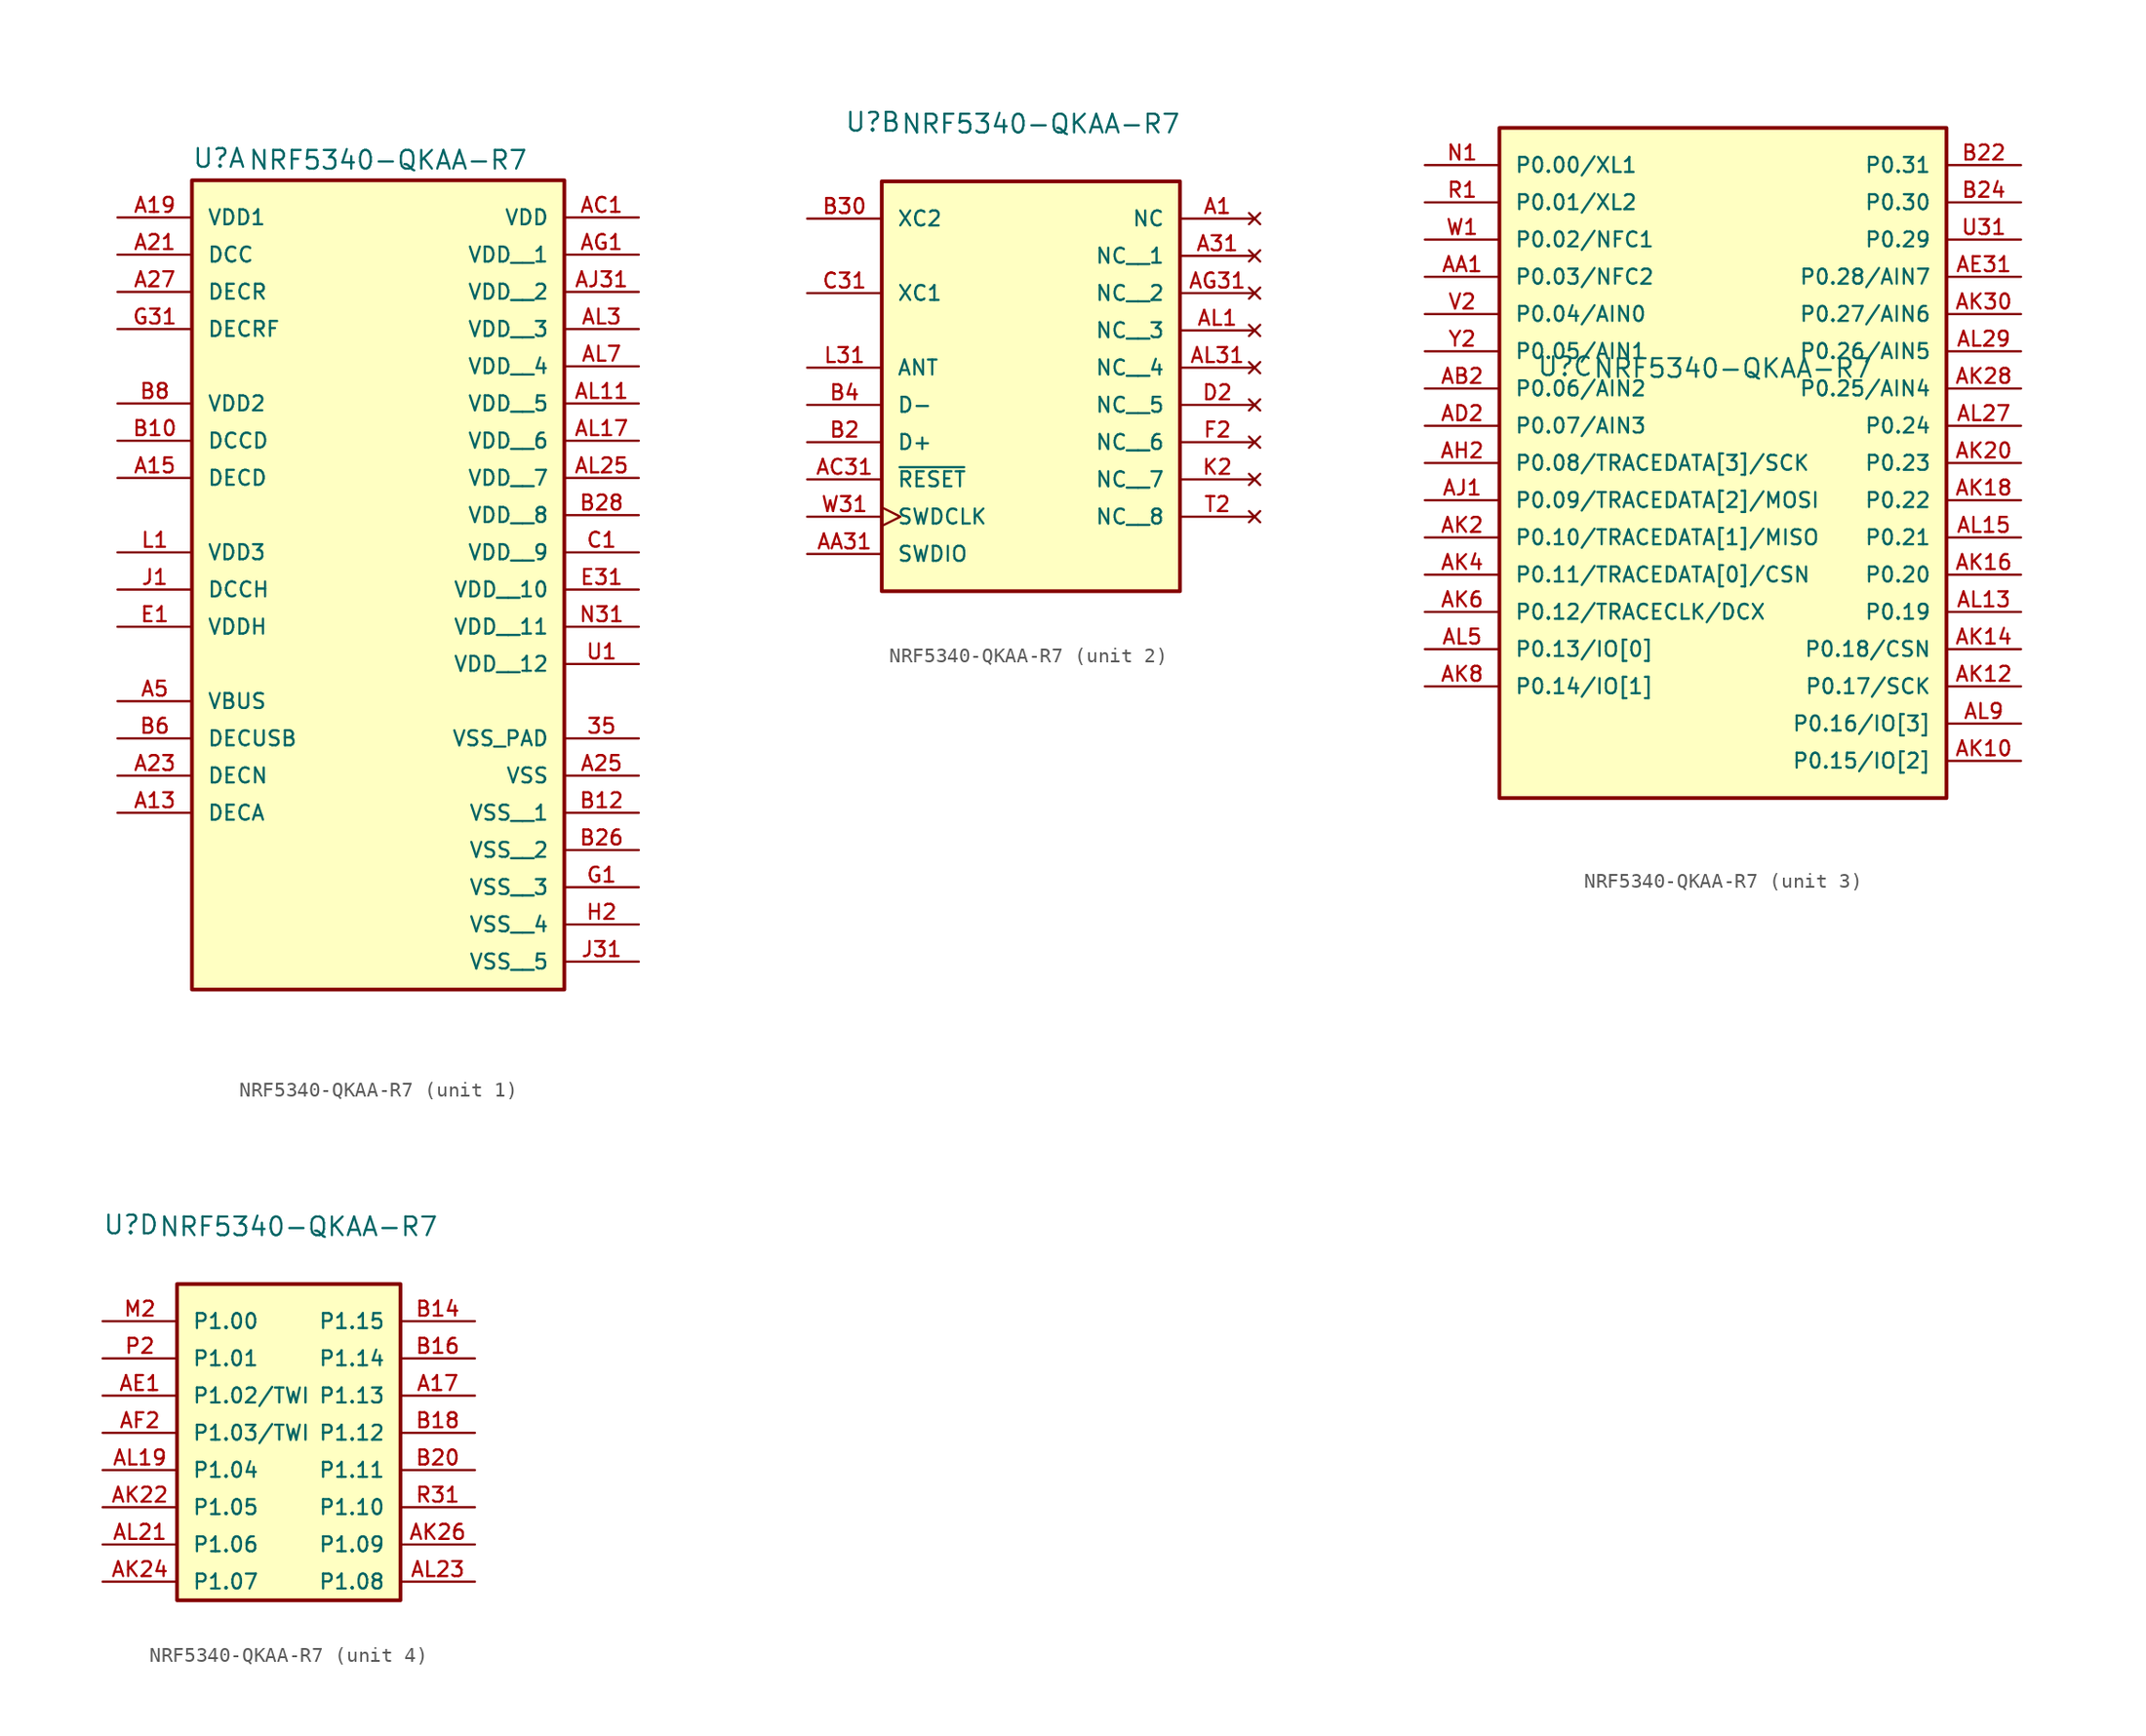
<source format=kicad_sym>
(kicad_symbol_lib
  (version 20241209)
  (generator "kicad_symbol_editor")
  (generator_version "9.0")
  (symbol "NRF5340-QKAA-R7"
    (pin_names
      (offset 1.016))
    (property "Reference" "U"
      (at -12.7 23.622 0)
      (effects (font (size 1.27 1.27)) (justify left bottom)))
    (property "Value" "NRF5340-QKAA-R7"
      (at -8.89 23.495 0)
      (effects (font (size 1.27 1.27)) (justify left bottom)))
    (symbol "NRF5340-QKAA-R7_1_0"
      (rectangle (start -12.7 22.86) (end 12.7 -32.385) (stroke (width 0.254) (type default)) (fill (type background)))
      (pin power_in line (at -17.78 20.32 0) (length 5.08) (name "VDD1" (effects (font (size 1.016 1.016)))) (number "A19" (effects (font (size 1.016 1.016)))))
      (pin power_in line (at -17.78 17.78 0) (length 5.08) (name "DCC" (effects (font (size 1.016 1.016)))) (number "A21" (effects (font (size 1.016 1.016)))))
      (pin power_in line (at -17.78 15.24 0) (length 5.08) (name "DECR" (effects (font (size 1.016 1.016)))) (number "A27" (effects (font (size 1.016 1.016)))))
      (pin power_in line (at -17.78 12.7 0) (length 5.08) (name "DECRF" (effects (font (size 1.016 1.016)))) (number "G31" (effects (font (size 1.016 1.016)))))
      (pin power_in line (at -17.78 7.62 0) (length 5.08) (name "VDD2" (effects (font (size 1.016 1.016)))) (number "B8" (effects (font (size 1.016 1.016)))))
      (pin power_in line (at -17.78 5.08 0) (length 5.08) (name "DCCD" (effects (font (size 1.016 1.016)))) (number "B10" (effects (font (size 1.016 1.016)))))
      (pin power_in line (at -17.78 2.54 0) (length 5.08) (name "DECD" (effects (font (size 1.016 1.016)))) (number "A15" (effects (font (size 1.016 1.016)))))
      (pin power_in line (at -17.78 -2.54 0) (length 5.08) (name "VDD3" (effects (font (size 1.016 1.016)))) (number "L1" (effects (font (size 1.016 1.016)))))
      (pin power_in line (at -17.78 -5.08 0) (length 5.08) (name "DCCH" (effects (font (size 1.016 1.016)))) (number "J1" (effects (font (size 1.016 1.016)))))
      (pin power_in line (at -17.78 -7.62 0) (length 5.08) (name "VDDH" (effects (font (size 1.016 1.016)))) (number "E1" (effects (font (size 1.016 1.016)))))
      (pin power_in line (at -17.78 -12.7 0) (length 5.08) (name "VBUS" (effects (font (size 1.016 1.016)))) (number "A5" (effects (font (size 1.016 1.016)))))
      (pin power_in line (at -17.78 -15.24 0) (length 5.08) (name "DECUSB" (effects (font (size 1.016 1.016)))) (number "B6" (effects (font (size 1.016 1.016)))))
      (pin power_in line (at -17.78 -17.78 0) (length 5.08) (name "DECN" (effects (font (size 1.016 1.016)))) (number "A23" (effects (font (size 1.016 1.016)))))
      (pin power_in line (at -17.78 -20.32 0) (length 5.08) (name "DECA" (effects (font (size 1.016 1.016)))) (number "A13" (effects (font (size 1.016 1.016)))))
      (pin power_in line (at 17.78 20.32 180) (length 5.08) (name "VDD" (effects (font (size 1.016 1.016)))) (number "AC1" (effects (font (size 1.016 1.016)))))
      (pin power_in line (at 17.78 17.78 180) (length 5.08) (name "VDD__1" (effects (font (size 1.016 1.016)))) (number "AG1" (effects (font (size 1.016 1.016)))))
      (pin power_in line (at 17.78 15.24 180) (length 5.08) (name "VDD__2" (effects (font (size 1.016 1.016)))) (number "AJ31" (effects (font (size 1.016 1.016)))))
      (pin power_in line (at 17.78 12.7 180) (length 5.08) (name "VDD__3" (effects (font (size 1.016 1.016)))) (number "AL3" (effects (font (size 1.016 1.016)))))
      (pin power_in line (at 17.78 10.16 180) (length 5.08) (name "VDD__4" (effects (font (size 1.016 1.016)))) (number "AL7" (effects (font (size 1.016 1.016)))))
      (pin power_in line (at 17.78 7.62 180) (length 5.08) (name "VDD__5" (effects (font (size 1.016 1.016)))) (number "AL11" (effects (font (size 1.016 1.016)))))
      (pin power_in line (at 17.78 5.08 180) (length 5.08) (name "VDD__6" (effects (font (size 1.016 1.016)))) (number "AL17" (effects (font (size 1.016 1.016)))))
      (pin power_in line (at 17.78 2.54 180) (length 5.08) (name "VDD__7" (effects (font (size 1.016 1.016)))) (number "AL25" (effects (font (size 1.016 1.016)))))
      (pin power_in line (at 17.78 0 180) (length 5.08) (name "VDD__8" (effects (font (size 1.016 1.016)))) (number "B28" (effects (font (size 1.016 1.016)))))
      (pin power_in line (at 17.78 -2.54 180) (length 5.08) (name "VDD__9" (effects (font (size 1.016 1.016)))) (number "C1" (effects (font (size 1.016 1.016)))))
      (pin power_in line (at 17.78 -5.08 180) (length 5.08) (name "VDD__10" (effects (font (size 1.016 1.016)))) (number "E31" (effects (font (size 1.016 1.016)))))
      (pin power_in line (at 17.78 -7.62 180) (length 5.08) (name "VDD__11" (effects (font (size 1.016 1.016)))) (number "N31" (effects (font (size 1.016 1.016)))))
      (pin power_in line (at 17.78 -10.16 180) (length 5.08) (name "VDD__12" (effects (font (size 1.016 1.016)))) (number "U1" (effects (font (size 1.016 1.016)))))
      (pin power_in line (at 17.78 -15.24 180) (length 5.08) (name "VSS_PAD" (effects (font (size 1.016 1.016)))) (number "35" (effects (font (size 1.016 1.016)))))
      (pin power_in line (at 17.78 -17.78 180) (length 5.08) (name "VSS" (effects (font (size 1.016 1.016)))) (number "A25" (effects (font (size 1.016 1.016)))))
      (pin power_in line (at 17.78 -20.32 180) (length 5.08) (name "VSS__1" (effects (font (size 1.016 1.016)))) (number "B12" (effects (font (size 1.016 1.016)))))
      (pin power_in line (at 17.78 -22.86 180) (length 5.08) (name "VSS__2" (effects (font (size 1.016 1.016)))) (number "B26" (effects (font (size 1.016 1.016)))))
      (pin power_in line (at 17.78 -25.4 180) (length 5.08) (name "VSS__3" (effects (font (size 1.016 1.016)))) (number "G1" (effects (font (size 1.016 1.016)))))
      (pin power_in line (at 17.78 -27.94 180) (length 5.08) (name "VSS__4" (effects (font (size 1.016 1.016)))) (number "H2" (effects (font (size 1.016 1.016)))))
      (pin power_in line (at 17.78 -30.48 180) (length 5.08) (name "VSS__5" (effects (font (size 1.016 1.016)))) (number "J31" (effects (font (size 1.016 1.016))))))
    (symbol "NRF5340-QKAA-R7_2_0"
      (rectangle (start -10.16 20.32) (end 10.16 -7.62) (stroke (width 0.254) (type default)) (fill (type background)))
      (pin output line (at -15.24 17.78 0) (length 5.08) (name "XC2" (effects (font (size 1.016 1.016)))) (number "B30" (effects (font (size 1.016 1.016)))))
      (pin input line (at -15.24 12.7 0) (length 5.08) (name "XC1" (effects (font (size 1.016 1.016)))) (number "C31" (effects (font (size 1.016 1.016)))))
      (pin bidirectional line (at -15.24 7.62 0) (length 5.08) (name "ANT" (effects (font (size 1.016 1.016)))) (number "L31" (effects (font (size 1.016 1.016)))))
      (pin bidirectional line (at -15.24 5.08 0) (length 5.08) (name "D-" (effects (font (size 1.016 1.016)))) (number "B4" (effects (font (size 1.016 1.016)))))
      (pin bidirectional line (at -15.24 2.54 0) (length 5.08) (name "D+" (effects (font (size 1.016 1.016)))) (number "B2" (effects (font (size 1.016 1.016)))))
      (pin input line (at -15.24 0 0) (length 5.08) (name "~{RESET}" (effects (font (size 1.016 1.016)))) (number "AC31" (effects (font (size 1.016 1.016)))))
      (pin input clock (at -15.24 -2.54 0) (length 5.08) (name "SWDCLK" (effects (font (size 1.016 1.016)))) (number "W31" (effects (font (size 1.016 1.016)))))
      (pin bidirectional line (at -15.24 -5.08 0) (length 5.08) (name "SWDIO" (effects (font (size 1.016 1.016)))) (number "AA31" (effects (font (size 1.016 1.016)))))
      (pin no_connect line (at 15.24 17.78 180) (length 5.08) (name "NC" (effects (font (size 1.016 1.016)))) (number "A1" (effects (font (size 1.016 1.016)))))
      (pin no_connect line (at 15.24 15.24 180) (length 5.08) (name "NC__1" (effects (font (size 1.016 1.016)))) (number "A31" (effects (font (size 1.016 1.016)))))
      (pin no_connect line (at 15.24 12.7 180) (length 5.08) (name "NC__2" (effects (font (size 1.016 1.016)))) (number "AG31" (effects (font (size 1.016 1.016)))))
      (pin no_connect line (at 15.24 10.16 180) (length 5.08) (name "NC__3" (effects (font (size 1.016 1.016)))) (number "AL1" (effects (font (size 1.016 1.016)))))
      (pin no_connect line (at 15.24 7.62 180) (length 5.08) (name "NC__4" (effects (font (size 1.016 1.016)))) (number "AL31" (effects (font (size 1.016 1.016)))))
      (pin no_connect line (at 15.24 5.08 180) (length 5.08) (name "NC__5" (effects (font (size 1.016 1.016)))) (number "D2" (effects (font (size 1.016 1.016)))))
      (pin no_connect line (at 15.24 2.54 180) (length 5.08) (name "NC__6" (effects (font (size 1.016 1.016)))) (number "F2" (effects (font (size 1.016 1.016)))))
      (pin no_connect line (at 15.24 0 180) (length 5.08) (name "NC__7" (effects (font (size 1.016 1.016)))) (number "K2" (effects (font (size 1.016 1.016)))))
      (pin no_connect line (at 15.24 -2.54 180) (length 5.08) (name "NC__8" (effects (font (size 1.016 1.016)))) (number "T2" (effects (font (size 1.016 1.016))))))
    (symbol "NRF5340-QKAA-R7_3_0"
      (rectangle (start -15.24 40.64) (end 15.24 -5.08) (stroke (width 0.254) (type default)) (fill (type background)))
      (pin bidirectional line (at -20.32 38.1 0) (length 5.08) (name "P0.00/XL1" (effects (font (size 1.016 1.016)))) (number "N1" (effects (font (size 1.016 1.016)))))
      (pin bidirectional line (at -20.32 35.56 0) (length 5.08) (name "P0.01/XL2" (effects (font (size 1.016 1.016)))) (number "R1" (effects (font (size 1.016 1.016)))))
      (pin bidirectional line (at -20.32 33.02 0) (length 5.08) (name "P0.02/NFC1" (effects (font (size 1.016 1.016)))) (number "W1" (effects (font (size 1.016 1.016)))))
      (pin bidirectional line (at -20.32 30.48 0) (length 5.08) (name "P0.03/NFC2" (effects (font (size 1.016 1.016)))) (number "AA1" (effects (font (size 1.016 1.016)))))
      (pin bidirectional line (at -20.32 27.94 0) (length 5.08) (name "P0.04/AIN0" (effects (font (size 1.016 1.016)))) (number "V2" (effects (font (size 1.016 1.016)))))
      (pin bidirectional line (at -20.32 25.4 0) (length 5.08) (name "P0.05/AIN1" (effects (font (size 1.016 1.016)))) (number "Y2" (effects (font (size 1.016 1.016)))))
      (pin bidirectional line (at -20.32 22.86 0) (length 5.08) (name "P0.06/AIN2" (effects (font (size 1.016 1.016)))) (number "AB2" (effects (font (size 1.016 1.016)))))
      (pin bidirectional line (at -20.32 20.32 0) (length 5.08) (name "P0.07/AIN3" (effects (font (size 1.016 1.016)))) (number "AD2" (effects (font (size 1.016 1.016)))))
      (pin bidirectional line (at -20.32 17.78 0) (length 5.08) (name "P0.08/TRACEDATA[3]/SCK" (effects (font (size 1.016 1.016)))) (number "AH2" (effects (font (size 1.016 1.016)))))
      (pin bidirectional line (at -20.32 15.24 0) (length 5.08) (name "P0.09/TRACEDATA[2]/MOSI" (effects (font (size 1.016 1.016)))) (number "AJ1" (effects (font (size 1.016 1.016)))))
      (pin bidirectional line (at -20.32 12.7 0) (length 5.08) (name "P0.10/TRACEDATA[1]/MISO" (effects (font (size 1.016 1.016)))) (number "AK2" (effects (font (size 1.016 1.016)))))
      (pin bidirectional line (at -20.32 10.16 0) (length 5.08) (name "P0.11/TRACEDATA[0]/CSN" (effects (font (size 1.016 1.016)))) (number "AK4" (effects (font (size 1.016 1.016)))))
      (pin bidirectional line (at -20.32 7.62 0) (length 5.08) (name "P0.12/TRACECLK/DCX" (effects (font (size 1.016 1.016)))) (number "AK6" (effects (font (size 1.016 1.016)))))
      (pin bidirectional line (at -20.32 5.08 0) (length 5.08) (name "P0.13/IO[0]" (effects (font (size 1.016 1.016)))) (number "AL5" (effects (font (size 1.016 1.016)))))
      (pin bidirectional line (at -20.32 2.54 0) (length 5.08) (name "P0.14/IO[1]" (effects (font (size 1.016 1.016)))) (number "AK8" (effects (font (size 1.016 1.016)))))
      (pin bidirectional line (at 20.32 38.1 180) (length 5.08) (name "P0.31" (effects (font (size 1.016 1.016)))) (number "B22" (effects (font (size 1.016 1.016)))))
      (pin bidirectional line (at 20.32 35.56 180) (length 5.08) (name "P0.30" (effects (font (size 1.016 1.016)))) (number "B24" (effects (font (size 1.016 1.016)))))
      (pin bidirectional line (at 20.32 33.02 180) (length 5.08) (name "P0.29" (effects (font (size 1.016 1.016)))) (number "U31" (effects (font (size 1.016 1.016)))))
      (pin bidirectional line (at 20.32 30.48 180) (length 5.08) (name "P0.28/AIN7" (effects (font (size 1.016 1.016)))) (number "AE31" (effects (font (size 1.016 1.016)))))
      (pin bidirectional line (at 20.32 27.94 180) (length 5.08) (name "P0.27/AIN6" (effects (font (size 1.016 1.016)))) (number "AK30" (effects (font (size 1.016 1.016)))))
      (pin bidirectional line (at 20.32 25.4 180) (length 5.08) (name "P0.26/AIN5" (effects (font (size 1.016 1.016)))) (number "AL29" (effects (font (size 1.016 1.016)))))
      (pin bidirectional line (at 20.32 22.86 180) (length 5.08) (name "P0.25/AIN4" (effects (font (size 1.016 1.016)))) (number "AK28" (effects (font (size 1.016 1.016)))))
      (pin bidirectional line (at 20.32 20.32 180) (length 5.08) (name "P0.24" (effects (font (size 1.016 1.016)))) (number "AL27" (effects (font (size 1.016 1.016)))))
      (pin bidirectional line (at 20.32 17.78 180) (length 5.08) (name "P0.23" (effects (font (size 1.016 1.016)))) (number "AK20" (effects (font (size 1.016 1.016)))))
      (pin bidirectional line (at 20.32 15.24 180) (length 5.08) (name "P0.22" (effects (font (size 1.016 1.016)))) (number "AK18" (effects (font (size 1.016 1.016)))))
      (pin bidirectional line (at 20.32 12.7 180) (length 5.08) (name "P0.21" (effects (font (size 1.016 1.016)))) (number "AL15" (effects (font (size 1.016 1.016)))))
      (pin bidirectional line (at 20.32 10.16 180) (length 5.08) (name "P0.20" (effects (font (size 1.016 1.016)))) (number "AK16" (effects (font (size 1.016 1.016)))))
      (pin bidirectional line (at 20.32 7.62 180) (length 5.08) (name "P0.19" (effects (font (size 1.016 1.016)))) (number "AL13" (effects (font (size 1.016 1.016)))))
      (pin bidirectional line (at 20.32 5.08 180) (length 5.08) (name "P0.18/CSN" (effects (font (size 1.016 1.016)))) (number "AK14" (effects (font (size 1.016 1.016)))))
      (pin bidirectional line (at 20.32 2.54 180) (length 5.08) (name "P0.17/SCK" (effects (font (size 1.016 1.016)))) (number "AK12" (effects (font (size 1.016 1.016)))))
      (pin bidirectional line (at 20.32 0 180) (length 5.08) (name "P0.16/IO[3]" (effects (font (size 1.016 1.016)))) (number "AL9" (effects (font (size 1.016 1.016)))))
      (pin bidirectional line (at 20.32 -2.54 180) (length 5.08) (name "P0.15/IO[2]" (effects (font (size 1.016 1.016)))) (number "AK10" (effects (font (size 1.016 1.016))))))
    (symbol "NRF5340-QKAA-R7_4_0"
      (rectangle (start -7.62 20.32) (end 7.62 -1.27) (stroke (width 0.254) (type default)) (fill (type background)))
      (pin bidirectional line (at -12.7 17.78 0) (length 5.08) (name "P1.00" (effects (font (size 1.016 1.016)))) (number "M2" (effects (font (size 1.016 1.016)))))
      (pin bidirectional line (at -12.7 15.24 0) (length 5.08) (name "P1.01" (effects (font (size 1.016 1.016)))) (number "P2" (effects (font (size 1.016 1.016)))))
      (pin bidirectional line (at -12.7 12.7 0) (length 5.08) (name "P1.02/TWI" (effects (font (size 1.016 1.016)))) (number "AE1" (effects (font (size 1.016 1.016)))))
      (pin bidirectional line (at -12.7 10.16 0) (length 5.08) (name "P1.03/TWI" (effects (font (size 1.016 1.016)))) (number "AF2" (effects (font (size 1.016 1.016)))))
      (pin bidirectional line (at -12.7 7.62 0) (length 5.08) (name "P1.04" (effects (font (size 1.016 1.016)))) (number "AL19" (effects (font (size 1.016 1.016)))))
      (pin bidirectional line (at -12.7 5.08 0) (length 5.08) (name "P1.05" (effects (font (size 1.016 1.016)))) (number "AK22" (effects (font (size 1.016 1.016)))))
      (pin bidirectional line (at -12.7 2.54 0) (length 5.08) (name "P1.06" (effects (font (size 1.016 1.016)))) (number "AL21" (effects (font (size 1.016 1.016)))))
      (pin bidirectional line (at -12.7 0 0) (length 5.08) (name "P1.07" (effects (font (size 1.016 1.016)))) (number "AK24" (effects (font (size 1.016 1.016)))))
      (pin bidirectional line (at 12.7 17.78 180) (length 5.08) (name "P1.15" (effects (font (size 1.016 1.016)))) (number "B14" (effects (font (size 1.016 1.016)))))
      (pin bidirectional line (at 12.7 15.24 180) (length 5.08) (name "P1.14" (effects (font (size 1.016 1.016)))) (number "B16" (effects (font (size 1.016 1.016)))))
      (pin bidirectional line (at 12.7 12.7 180) (length 5.08) (name "P1.13" (effects (font (size 1.016 1.016)))) (number "A17" (effects (font (size 1.016 1.016)))))
      (pin bidirectional line (at 12.7 10.16 180) (length 5.08) (name "P1.12" (effects (font (size 1.016 1.016)))) (number "B18" (effects (font (size 1.016 1.016)))))
      (pin bidirectional line (at 12.7 7.62 180) (length 5.08) (name "P1.11" (effects (font (size 1.016 1.016)))) (number "B20" (effects (font (size 1.016 1.016)))))
      (pin bidirectional line (at 12.7 5.08 180) (length 5.08) (name "P1.10" (effects (font (size 1.016 1.016)))) (number "R31" (effects (font (size 1.016 1.016)))))
      (pin bidirectional line (at 12.7 2.54 180) (length 5.08) (name "P1.09" (effects (font (size 1.016 1.016)))) (number "AK26" (effects (font (size 1.016 1.016)))))
      (pin bidirectional line (at 12.7 0 180) (length 5.08) (name "P1.08" (effects (font (size 1.016 1.016)))) (number "AL23" (effects (font (size 1.016 1.016))))))))
</source>
